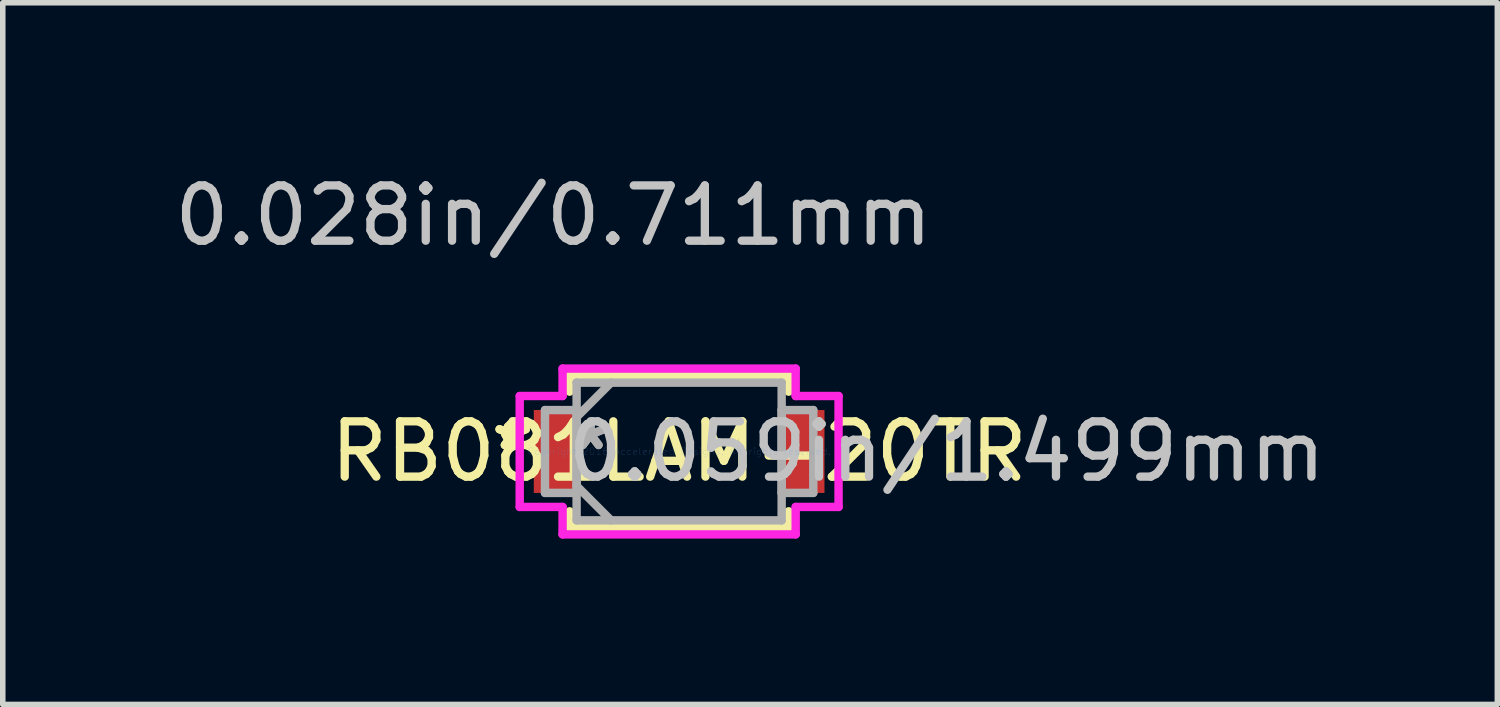
<source format=kicad_pcb>
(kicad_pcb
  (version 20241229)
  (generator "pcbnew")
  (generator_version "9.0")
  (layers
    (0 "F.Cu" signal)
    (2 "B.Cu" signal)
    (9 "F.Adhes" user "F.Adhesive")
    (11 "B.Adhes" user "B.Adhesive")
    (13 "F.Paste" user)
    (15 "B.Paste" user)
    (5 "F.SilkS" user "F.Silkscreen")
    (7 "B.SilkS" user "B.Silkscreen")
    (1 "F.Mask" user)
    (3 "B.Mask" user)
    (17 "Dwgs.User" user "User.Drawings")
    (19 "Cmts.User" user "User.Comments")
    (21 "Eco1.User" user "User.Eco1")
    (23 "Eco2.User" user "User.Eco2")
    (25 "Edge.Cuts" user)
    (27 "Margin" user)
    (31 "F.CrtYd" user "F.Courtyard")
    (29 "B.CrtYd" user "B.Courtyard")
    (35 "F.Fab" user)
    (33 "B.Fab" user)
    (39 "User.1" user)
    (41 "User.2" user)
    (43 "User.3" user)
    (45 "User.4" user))
  (footprint "RB081LAM-20TR"
    (layer "F.Cu")
    (at 9.232 5.115)
    (property "Reference" "RB081LAM-20TR" (at 0 0 0) (layer "F.SilkS") (effects (font (size 1 1) (thickness 0.15))))
    (attr through_hole)
    (fp_line (start -1.981 -1.372) (end -1.981 -1.082) (stroke (width 0.152) (type solid)) (layer "F.SilkS"))
    (fp_line (start -1.981 1.082) (end -1.981 1.372) (stroke (width 0.152) (type solid)) (layer "F.SilkS"))
    (fp_line (start -1.981 1.372) (end 1.981 1.372) (stroke (width 0.152) (type solid)) (layer "F.SilkS"))
    (fp_line (start 1.981 -1.372) (end -1.981 -1.372) (stroke (width 0.152) (type solid)) (layer "F.SilkS"))
    (fp_line (start 1.981 -1.082) (end 1.981 -1.372) (stroke (width 0.152) (type solid)) (layer "F.SilkS"))
    (fp_line (start 1.981 1.372) (end 1.981 1.082) (stroke (width 0.152) (type solid)) (layer "F.SilkS"))
    (fp_line (start -2.883 -1.003) (end -2.108 -1.003) (stroke (width 0.152) (type solid)) (layer "F.CrtYd"))
    (fp_line (start -2.883 1.003) (end -2.883 -1.003) (stroke (width 0.152) (type solid)) (layer "F.CrtYd"))
    (fp_line (start -2.108 -1.499) (end 2.108 -1.499) (stroke (width 0.152) (type solid)) (layer "F.CrtYd"))
    (fp_line (start -2.108 -1.003) (end -2.108 -1.499) (stroke (width 0.152) (type solid)) (layer "F.CrtYd"))
    (fp_line (start -2.108 1.003) (end -2.883 1.003) (stroke (width 0.152) (type solid)) (layer "F.CrtYd"))
    (fp_line (start -2.108 1.499) (end -2.108 1.003) (stroke (width 0.152) (type solid)) (layer "F.CrtYd"))
    (fp_line (start 2.108 -1.499) (end 2.108 -1.003) (stroke (width 0.152) (type solid)) (layer "F.CrtYd"))
    (fp_line (start 2.108 -1.003) (end 2.883 -1.003) (stroke (width 0.152) (type solid)) (layer "F.CrtYd"))
    (fp_line (start 2.108 1.003) (end 2.108 1.499) (stroke (width 0.152) (type solid)) (layer "F.CrtYd"))
    (fp_line (start 2.108 1.499) (end -2.108 1.499) (stroke (width 0.152) (type solid)) (layer "F.CrtYd"))
    (fp_line (start 2.883 -1.003) (end 2.883 1.003) (stroke (width 0.152) (type solid)) (layer "F.CrtYd"))
    (fp_line (start 2.883 1.003) (end 2.108 1.003) (stroke (width 0.152) (type solid)) (layer "F.CrtYd"))
    (fp_line (start -2.426 -0.749) (end -2.426 0.749) (stroke (width 0.152) (type solid)) (layer "F.Fab"))
    (fp_line (start -2.426 0.749) (end -1.854 0.749) (stroke (width 0.152) (type solid)) (layer "F.Fab"))
    (fp_line (start -1.854 -1.245) (end -1.854 1.245) (stroke (width 0.152) (type solid)) (layer "F.Fab"))
    (fp_line (start -1.854 -0.749) (end -2.426 -0.749) (stroke (width 0.152) (type solid)) (layer "F.Fab"))
    (fp_line (start -1.854 -0.622) (end -1.232 -1.245) (stroke (width 0.152) (type solid)) (layer "F.Fab"))
    (fp_line (start -1.854 0.622) (end -1.232 1.245) (stroke (width 0.152) (type solid)) (layer "F.Fab"))
    (fp_line (start -1.854 0.749) (end -1.854 -0.749) (stroke (width 0.152) (type solid)) (layer "F.Fab"))
    (fp_line (start -1.854 1.245) (end 1.854 1.245) (stroke (width 0.152) (type solid)) (layer "F.Fab"))
    (fp_line (start 1.854 -1.245) (end -1.854 -1.245) (stroke (width 0.152) (type solid)) (layer "F.Fab"))
    (fp_line (start 1.854 -0.749) (end 1.854 0.749) (stroke (width 0.152) (type solid)) (layer "F.Fab"))
    (fp_line (start 1.854 0.749) (end 2.426 0.749) (stroke (width 0.152) (type solid)) (layer "F.Fab"))
    (fp_line (start 1.854 1.245) (end 1.854 -1.245) (stroke (width 0.152) (type solid)) (layer "F.Fab"))
    (fp_line (start 2.426 -0.749) (end 1.854 -0.749) (stroke (width 0.152) (type solid)) (layer "F.Fab"))
    (fp_line (start 2.426 0.749) (end 2.426 -0.749) (stroke (width 0.152) (type solid)) (layer "F.Fab"))
    (fp_text user "*" (at -3.01 0 0) (layer "F.SilkS") (effects (font (size 1 1) (thickness 0.15))))
    (fp_text user "*" (at -3.01 0 0) (layer "F.SilkS") (effects (font (size 1 1) (thickness 0.15))))
    (fp_text user "0.028in/0.711mm" (at -2.273 -4.267 0) (layer "Dwgs.User") (effects (font (size 1 1) (thickness 0.15))))
    (fp_text user "0.059in/1.499mm" (at 4.839 0 0) (layer "Dwgs.User") (effects (font (size 1 1) (thickness 0.15))))
    (fp_text user "Copyright 2016 Accelerated Designs. All rights reserved." (at 0 0 0) (layer "Cmts.User") (effects (font (size 0.127 0.127) (thickness 0.002))))
    (fp_text user "*" (at -1.6 0 0) (layer "F.Fab") (effects (font (size 1 1) (thickness 0.15))))
    (fp_text user "*" (at -1.6 0 0) (layer "F.Fab") (effects (font (size 1 1) (thickness 0.15))))
    (pad "1" smd rect (at -2.273 0) (size 0.711 1.499) (layers "F.Cu" "F.Mask" "F.Paste"))
    (pad "2" smd rect (at 2.273 0) (size 0.711 1.499) (layers "F.Cu" "F.Mask" "F.Paste")))
  (gr_rect
    (start -3 -3)
    (end 24.029 9.69)
    (stroke (width 0.1) (type default))
    (fill no)
    (layer "Edge.Cuts")))
</source>
